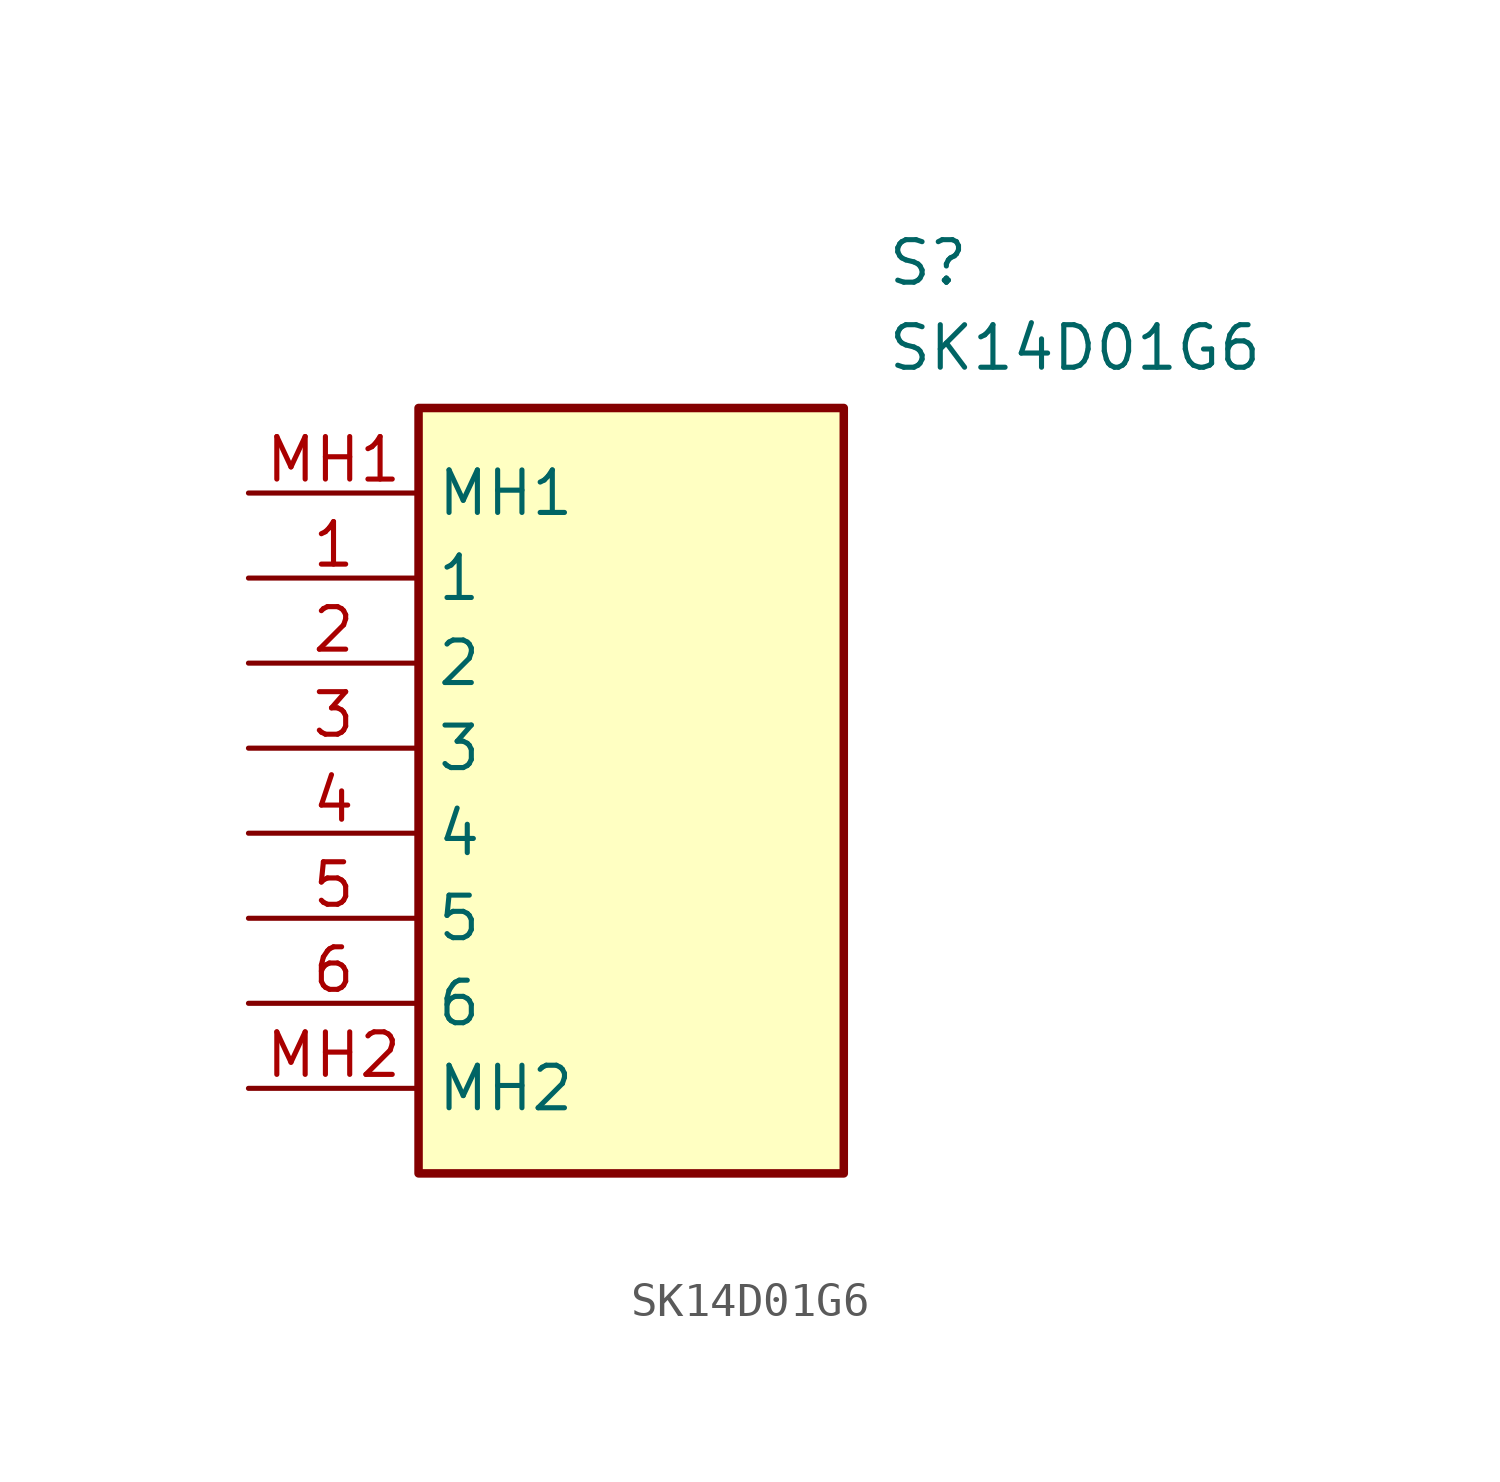
<source format=kicad_sym>
(kicad_symbol_lib
  (version 20211014)
  (generator SamacSys_ECAD_Model)
  (symbol "SK14D01G6"
    (property "Reference" "S"
      (at 19.05 7.62 0)
      (effects (font (size 1.27 1.27)) (justify left top)))
    (property "Value" "SK14D01G6"
      (at 19.05 5.08 0)
      (effects (font (size 1.27 1.27)) (justify left top)))
    (rectangle
      (start 5.08 2.54)
      (end 17.78 -20.32)
      (stroke (width 0.254) (type default))
      (fill (type background)))
    (pin passive line
      (at 0 -2.54 0)
      (length 5.08)
      (name "1" (effects (font (size 1.27 1.27))))
      (number "1" (effects (font (size 1.27 1.27)))))
    (pin passive line
      (at 0 -5.08 0)
      (length 5.08)
      (name "2" (effects (font (size 1.27 1.27))))
      (number "2" (effects (font (size 1.27 1.27)))))
    (pin passive line
      (at 0 -7.62 0)
      (length 5.08)
      (name "3" (effects (font (size 1.27 1.27))))
      (number "3" (effects (font (size 1.27 1.27)))))
    (pin passive line
      (at 0 -10.16 0)
      (length 5.08)
      (name "4" (effects (font (size 1.27 1.27))))
      (number "4" (effects (font (size 1.27 1.27)))))
    (pin passive line
      (at 0 -12.7 0)
      (length 5.08)
      (name "5" (effects (font (size 1.27 1.27))))
      (number "5" (effects (font (size 1.27 1.27)))))
    (pin passive line
      (at 0 -15.24 0)
      (length 5.08)
      (name "6" (effects (font (size 1.27 1.27))))
      (number "6" (effects (font (size 1.27 1.27)))))
    (pin passive line
      (at 0 0 0)
      (length 5.08)
      (name "MH1" (effects (font (size 1.27 1.27))))
      (number "MH1" (effects (font (size 1.27 1.27)))))
    (pin passive line
      (at 0 -17.78 0)
      (length 5.08)
      (name "MH2" (effects (font (size 1.27 1.27))))
      (number "MH2" (effects (font (size 1.27 1.27)))))))
</source>
